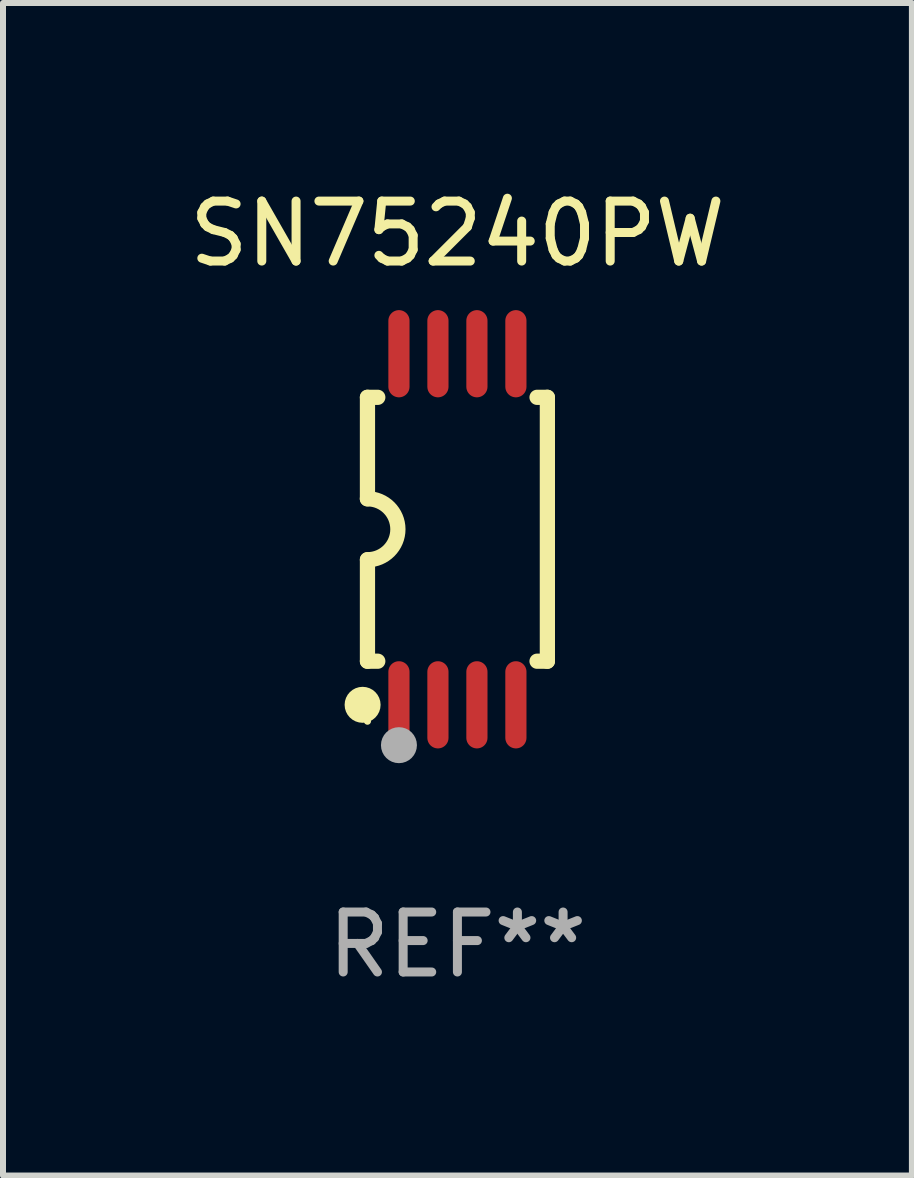
<source format=kicad_pcb>
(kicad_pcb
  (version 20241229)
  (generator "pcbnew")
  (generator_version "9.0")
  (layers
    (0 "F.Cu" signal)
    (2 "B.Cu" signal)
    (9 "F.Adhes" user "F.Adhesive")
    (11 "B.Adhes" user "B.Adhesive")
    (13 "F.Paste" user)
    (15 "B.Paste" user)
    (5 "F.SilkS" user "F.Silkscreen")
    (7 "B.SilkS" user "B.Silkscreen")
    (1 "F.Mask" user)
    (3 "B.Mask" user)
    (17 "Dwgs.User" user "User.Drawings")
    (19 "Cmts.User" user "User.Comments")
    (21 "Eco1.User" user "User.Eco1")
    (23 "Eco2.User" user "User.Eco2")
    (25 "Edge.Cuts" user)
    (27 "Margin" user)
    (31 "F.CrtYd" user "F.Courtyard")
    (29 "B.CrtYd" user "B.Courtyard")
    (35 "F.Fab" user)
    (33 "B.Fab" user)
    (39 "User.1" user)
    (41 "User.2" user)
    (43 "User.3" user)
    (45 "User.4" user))
  (footprint "SN75240PW"
    (layer "F.Cu")
    (at 4.577 5.775)
    (property "Reference" "SN75240PW" (at 0 -4.927 0) (layer "F.SilkS") (effects (font (size 1 1) (thickness 0.15))))
    (attr through_hole)
    (fp_line (start -1.5 -2.2) (end -1.5 -0.508) (stroke (width 0.254) (type solid)) (layer "F.SilkS"))
    (fp_line (start -1.5 -2.2) (end -1.328 -2.2) (stroke (width 0.254) (type solid)) (layer "F.SilkS"))
    (fp_line (start -1.5 2.2) (end -1.5 0.508) (stroke (width 0.254) (type solid)) (layer "F.SilkS"))
    (fp_line (start -1.5 2.2) (end -1.328 2.2) (stroke (width 0.254) (type solid)) (layer "F.SilkS"))
    (fp_line (start 1.328 -2.2) (end 1.5 -2.2) (stroke (width 0.254) (type solid)) (layer "F.SilkS"))
    (fp_line (start 1.328 2.2) (end 1.5 2.2) (stroke (width 0.254) (type solid)) (layer "F.SilkS"))
    (fp_line (start 1.5 -2.2) (end 1.5 2.2) (stroke (width 0.254) (type solid)) (layer "F.SilkS"))
    (fp_arc (start -1.501144 -0.508) (mid -0.993143 -0.000571) (end -1.5 0.508001) (stroke (width 0.254001) (type solid)) (layer "F.SilkS"))
    (fp_circle (center -1.581 2.927) (end -1.431 2.927) (stroke (width 0.3) (type solid)) (fill no) (layer "F.SilkS"))
    (fp_circle (center -1.5 3.2) (end -1.47 3.2) (stroke (width 0.06) (type solid)) (fill no) (layer "F.SilkS"))
    (fp_circle (center -0.975 3.6) (end -0.825 3.6) (stroke (width 0.3) (type solid)) (fill no) (layer "F.Fab"))
    (fp_text user "REF**" (at 0 6.927 0) (layer "F.Fab") (effects (font (size 1 1) (thickness 0.15))))
    (pad "1" smd oval (at -0.975 2.927) (size 0.353 1.454) (layers "F.Cu" "F.Mask" "F.Paste"))
    (pad "2" smd oval (at -0.325 2.927) (size 0.353 1.454) (layers "F.Cu" "F.Mask" "F.Paste"))
    (pad "3" smd oval (at 0.325 2.927) (size 0.353 1.454) (layers "F.Cu" "F.Mask" "F.Paste"))
    (pad "4" smd oval (at 0.975 2.927) (size 0.353 1.454) (layers "F.Cu" "F.Mask" "F.Paste"))
    (pad "5" smd oval (at 0.975 -2.927) (size 0.353 1.454) (layers "F.Cu" "F.Mask" "F.Paste"))
    (pad "6" smd oval (at 0.325 -2.927) (size 0.353 1.454) (layers "F.Cu" "F.Mask" "F.Paste"))
    (pad "7" smd oval (at -0.325 -2.927) (size 0.353 1.454) (layers "F.Cu" "F.Mask" "F.Paste"))
    (pad "8" smd oval (at -0.975 -2.927) (size 0.353 1.454) (layers "F.Cu" "F.Mask" "F.Paste")))
  (gr_rect
    (start -3 -3)
    (end 12.155 16.551)
    (stroke (width 0.1) (type default))
    (fill no)
    (layer "Edge.Cuts")))
</source>
